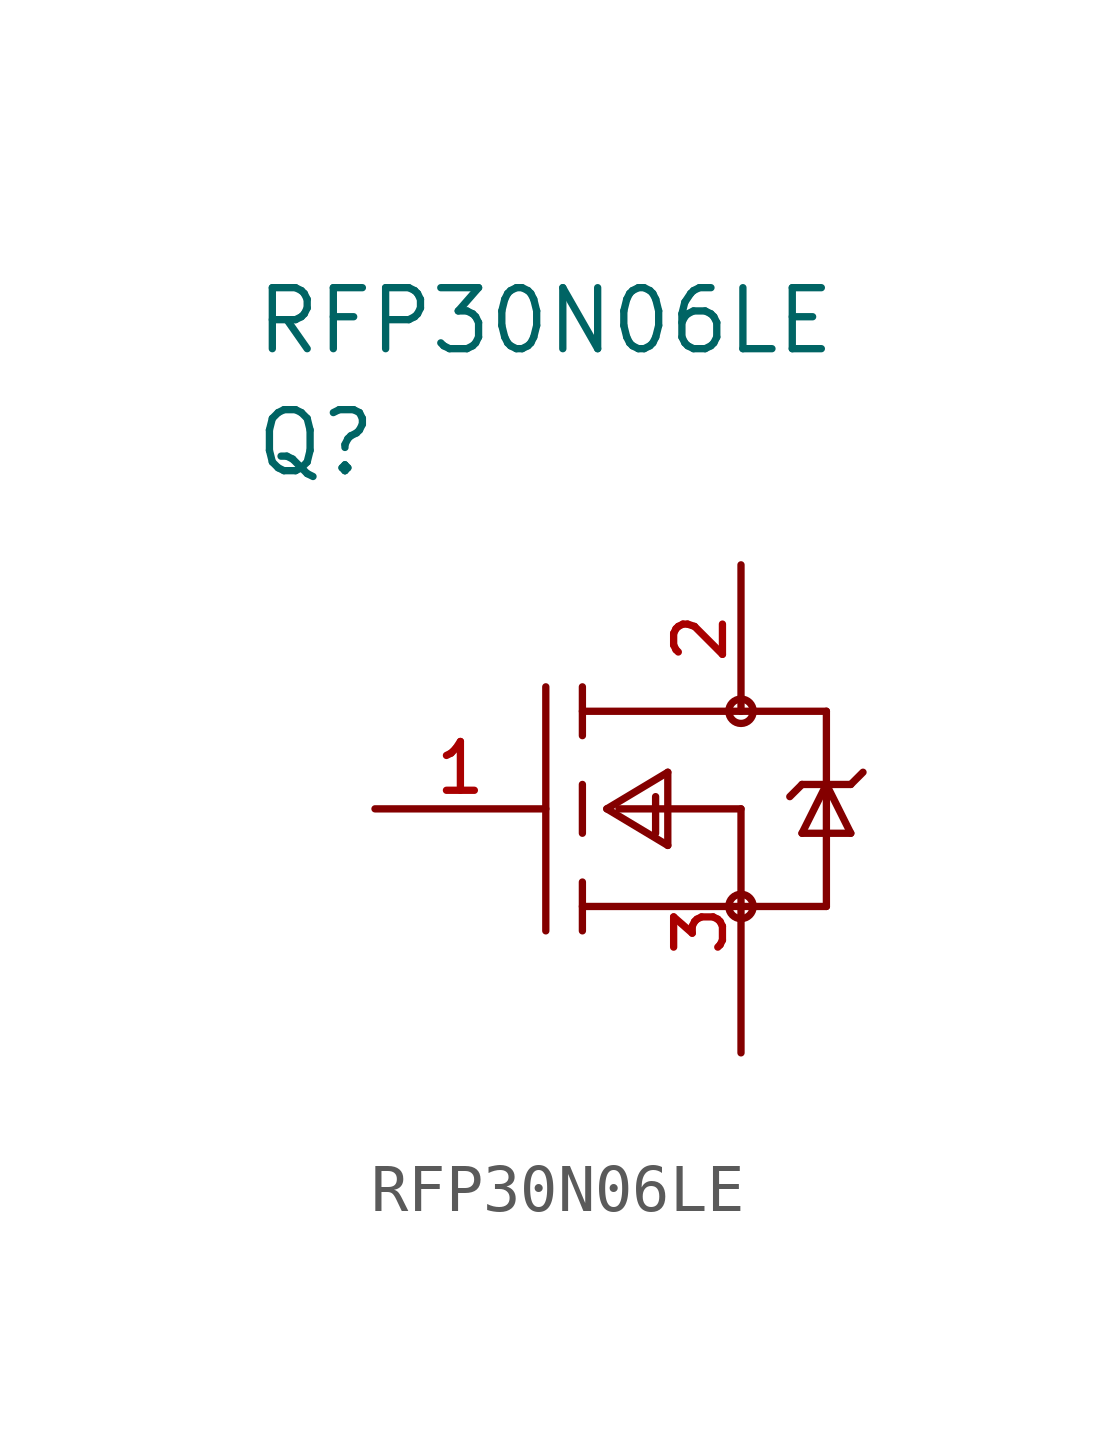
<source format=kicad_sym>
(kicad_symbol_lib
  (version 20211014)
  (generator kicad_symbol_editor)
  (symbol "RFP30N06LE"
    (pin_names
      (offset 1.016))
    (property "Reference" "Q"
      (at 0 7.62 0)
      (effects (font (size 1.27 1.27)) (justify left)))
    (property "Value" "RFP30N06LE"
      (at 0 10.16 0)
      (effects (font (size 1.27 1.27)) (justify left)))
    (property "ki_locked" ""
      (at 0 0 0)
      (effects (font (size 1.27 1.27))))
    (symbol "RFP30N06LE_1_1"
      (polyline (pts (xy 6.096 -2.54) (xy 6.096 2.54)) (stroke (width 0) (type default) (color 0 0 0 0)) (fill (type none)))
      (polyline (pts (xy 6.858 -2.032) (xy 10.16 -2.032)) (stroke (width 0) (type default) (color 0 0 0 0)) (fill (type none)))
      (polyline (pts (xy 6.858 -1.524) (xy 6.858 -2.54)) (stroke (width 0) (type default) (color 0 0 0 0)) (fill (type none)))
      (polyline (pts (xy 6.858 0.508) (xy 6.858 -0.508)) (stroke (width 0) (type default) (color 0 0 0 0)) (fill (type none)))
      (polyline (pts (xy 6.858 1.524) (xy 6.858 2.54)) (stroke (width 0) (type default) (color 0 0 0 0)) (fill (type none)))
      (polyline (pts (xy 6.858 2.032) (xy 10.16 2.032)) (stroke (width 0) (type default) (color 0 0 0 0)) (fill (type none)))
      (polyline (pts (xy 7.366 0) (xy 8.636 -0.762)) (stroke (width 0) (type default) (color 0 0 0 0)) (fill (type none)))
      (polyline (pts (xy 7.366 0) (xy 8.636 0.762)) (stroke (width 0) (type default) (color 0 0 0 0)) (fill (type none)))
      (polyline (pts (xy 7.62 0) (xy 10.16 0)) (stroke (width 0) (type default) (color 0 0 0 0)) (fill (type none)))
      (polyline (pts (xy 8.382 0.254) (xy 8.382 -0.508)) (stroke (width 0) (type default) (color 0 0 0 0)) (fill (type none)))
      (polyline (pts (xy 8.636 0.762) (xy 8.636 -0.762)) (stroke (width 0) (type default) (color 0 0 0 0)) (fill (type none)))
      (polyline (pts (xy 10.16 -2.032) (xy 11.938 -2.032)) (stroke (width 0) (type default) (color 0 0 0 0)) (fill (type none)))
      (polyline (pts (xy 11.43 -0.508) (xy 12.446 -0.508)) (stroke (width 0) (type default) (color 0 0 0 0)) (fill (type none)))
      (polyline (pts (xy 11.43 0.508) (xy 11.176 0.254)) (stroke (width 0) (type default) (color 0 0 0 0)) (fill (type none)))
      (polyline (pts (xy 11.938 -2.032) (xy 11.938 2.032)) (stroke (width 0) (type default) (color 0 0 0 0)) (fill (type none)))
      (polyline (pts (xy 11.938 0.508) (xy 11.43 -0.508)) (stroke (width 0) (type default) (color 0 0 0 0)) (fill (type none)))
      (polyline (pts (xy 11.938 0.508) (xy 11.43 0.508)) (stroke (width 0) (type default) (color 0 0 0 0)) (fill (type none)))
      (polyline (pts (xy 11.938 0.508) (xy 12.446 0.508)) (stroke (width 0) (type default) (color 0 0 0 0)) (fill (type none)))
      (polyline (pts (xy 11.938 2.032) (xy 10.16 2.032)) (stroke (width 0) (type default) (color 0 0 0 0)) (fill (type none)))
      (polyline (pts (xy 12.446 -0.508) (xy 11.938 0.508)) (stroke (width 0) (type default) (color 0 0 0 0)) (fill (type none)))
      (polyline (pts (xy 12.446 0.508) (xy 12.7 0.762)) (stroke (width 0) (type default) (color 0 0 0 0)) (fill (type none)))
      (circle (center 10.16 -2.032) (radius 0.254) (stroke (width 0) (type default) (color 0 0 0 0)) (fill (type none)))
      (circle (center 10.16 2.032) (radius 0.254) (stroke (width 0) (type default) (color 0 0 0 0)) (fill (type none)))
      (pin unspecified line (at 2.54 0 0) (length 3.556) (name "GATE" (effects (font (size 0 0)))) (number "1" (effects (font (size 1.016 1.016)))))
      (pin unspecified line (at 10.16 5.08 270) (length 3.048) (name "DRAIN" (effects (font (size 0 0)))) (number "2" (effects (font (size 1.016 1.016)))))
      (pin unspecified line (at 10.16 -5.08 90) (length 5.08) (name "SOURCE" (effects (font (size 0 0)))) (number "3" (effects (font (size 1.016 1.016))))))))
</source>
